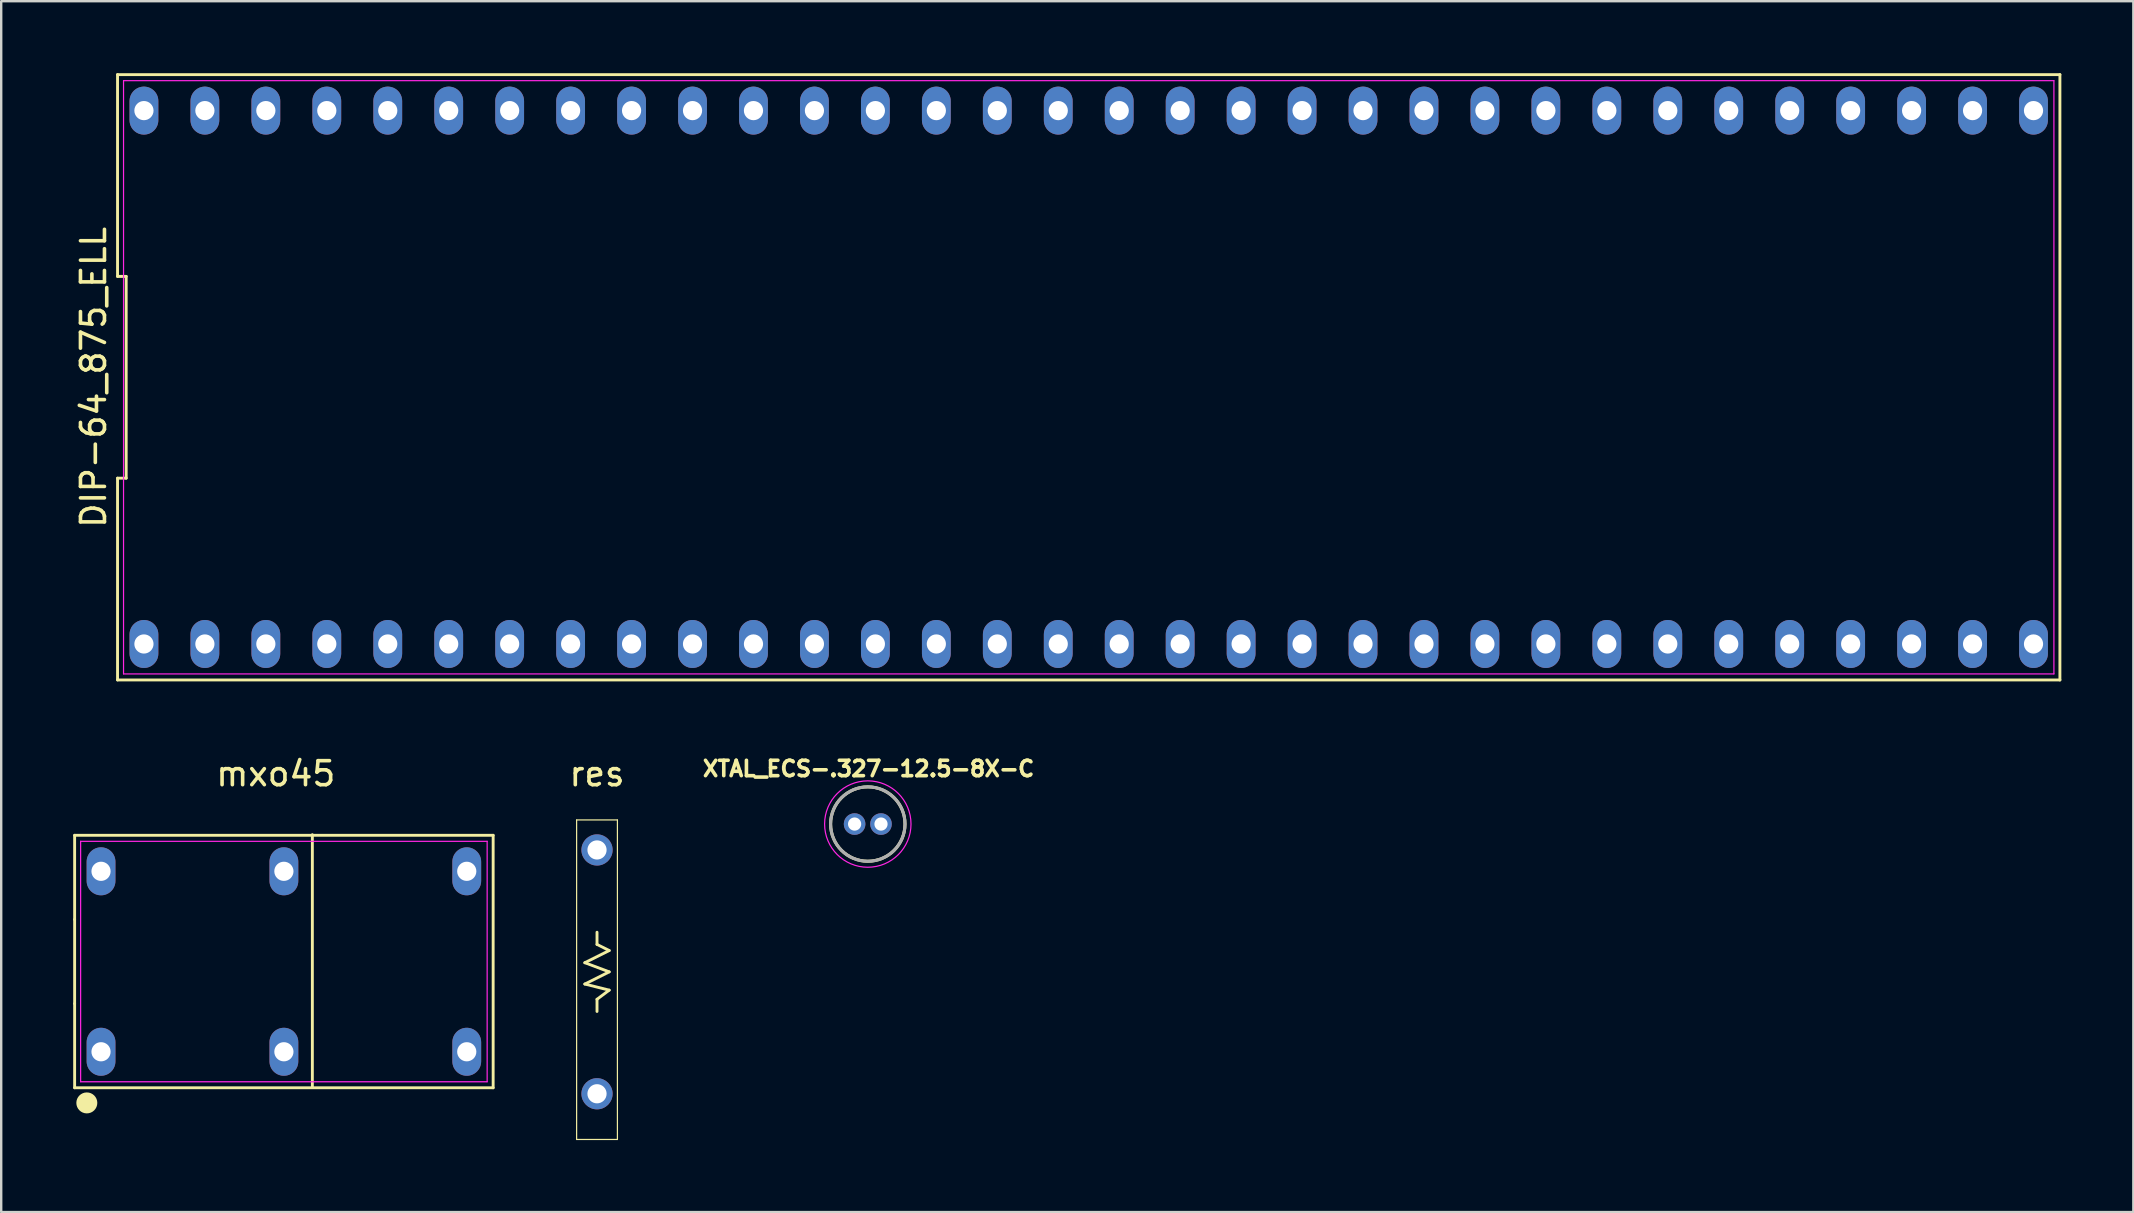
<source format=kicad_pcb>
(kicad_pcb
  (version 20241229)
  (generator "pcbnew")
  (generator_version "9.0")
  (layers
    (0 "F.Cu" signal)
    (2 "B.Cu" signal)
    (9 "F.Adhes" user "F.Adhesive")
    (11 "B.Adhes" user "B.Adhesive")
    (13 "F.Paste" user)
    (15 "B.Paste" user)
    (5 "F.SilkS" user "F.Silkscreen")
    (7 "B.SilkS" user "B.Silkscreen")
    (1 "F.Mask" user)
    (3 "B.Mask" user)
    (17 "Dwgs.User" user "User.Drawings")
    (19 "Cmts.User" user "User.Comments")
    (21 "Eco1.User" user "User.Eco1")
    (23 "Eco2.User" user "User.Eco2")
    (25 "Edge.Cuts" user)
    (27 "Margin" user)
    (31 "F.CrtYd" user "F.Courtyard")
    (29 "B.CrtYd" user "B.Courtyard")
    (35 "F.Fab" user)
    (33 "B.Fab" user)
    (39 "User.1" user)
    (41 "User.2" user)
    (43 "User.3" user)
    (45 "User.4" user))
  (footprint "res"
    (layer "F.Cu")
    (at 21.828 29.193)
    (property "Reference" "res" (at 0 0 0) (unlocked yes) (layer "F.SilkS") (effects (font (size 1 1) (thickness 0.15))))
    (attr through_hole)
    (fp_line (start -0.85 1.925) (end 0.85 1.925) (stroke (width 0.05) (type solid)) (layer "F.SilkS"))
    (fp_line (start -0.85 15.24) (end -0.85 1.925) (stroke (width 0.05) (type solid)) (layer "F.SilkS"))
    (fp_line (start -0.508 8.763) (end 0.508 8.255) (stroke (width 0.12) (type solid)) (layer "F.SilkS"))
    (fp_line (start 0 6.604) (end 0 7.112) (stroke (width 0.12) (type solid)) (layer "F.SilkS"))
    (fp_line (start 0 7.112) (end 0.508 7.366) (stroke (width 0.12) (type solid)) (layer "F.SilkS"))
    (fp_line (start 0 9.398) (end 0.508 9.017) (stroke (width 0.12) (type solid)) (layer "F.SilkS"))
    (fp_line (start 0 9.906) (end 0 9.398) (stroke (width 0.12) (type solid)) (layer "F.SilkS"))
    (fp_line (start 0.508 7.366) (end -0.508 7.874) (stroke (width 0.12) (type solid)) (layer "F.SilkS"))
    (fp_line (start 0.508 8.255) (end -0.508 7.874) (stroke (width 0.12) (type solid)) (layer "F.SilkS"))
    (fp_line (start 0.508 9.017) (end -0.508 8.763) (stroke (width 0.12) (type solid)) (layer "F.SilkS"))
    (fp_line (start 0.85 1.925) (end 0.85 15.24) (stroke (width 0.05) (type solid)) (layer "F.SilkS"))
    (fp_line (start 0.85 15.24) (end -0.85 15.24) (stroke (width 0.05) (type solid)) (layer "F.SilkS"))
    (pad "1" thru_hole circle (at 0 13.335) (size 1.3 1.3) (drill 0.8) (layers "*.Cu" "*.Mask"))
    (pad "2" thru_hole circle (at 0 3.175) (size 1.3 1.3) (drill 0.8) (layers "*.Cu" "*.Mask")))
  (footprint "mxo45"
    (layer "F.Cu")
    (at 8.188 29.447)
    (property "Reference" "mxo45" (at 0.254 -0.254 0) (unlocked yes) (layer "F.SilkS") (effects (font (size 1 1) (thickness 0.15))))
    (attr through_hole)
    (fp_line (start -8.128 2.311) (end -8.128 5.817) (stroke (width 0.12) (type solid)) (layer "F.SilkS"))
    (fp_line (start -8.128 5.817) (end -8.128 9.324) (stroke (width 0.12) (type solid)) (layer "F.SilkS"))
    (fp_line (start -8.128 9.324) (end -8.128 12.831) (stroke (width 0.12) (type solid)) (layer "F.SilkS"))
    (fp_line (start -8.128 12.831) (end 9.312 12.831) (stroke (width 0.12) (type solid)) (layer "F.SilkS"))
    (fp_line (start 1.778 12.806) (end 1.778 2.286) (stroke (width 0.12) (type solid)) (layer "F.SilkS"))
    (fp_line (start 9.312 2.311) (end -8.128 2.311) (stroke (width 0.12) (type solid)) (layer "F.SilkS"))
    (fp_line (start 9.312 12.831) (end 9.312 2.311) (stroke (width 0.12) (type solid)) (layer "F.SilkS"))
    (fp_circle (center -7.62 13.462) (end -7.243 13.462) (stroke (width 0.12) (type solid)) (fill yes) (layer "F.SilkS"))
    (fp_line (start -7.878 2.561) (end 9.062 2.561) (stroke (width 0.05) (type solid)) (layer "F.CrtYd"))
    (fp_line (start -7.878 12.581) (end -7.878 2.561) (stroke (width 0.05) (type solid)) (layer "F.CrtYd"))
    (fp_line (start 9.062 2.561) (end 9.062 12.581) (stroke (width 0.05) (type solid)) (layer "F.CrtYd"))
    (fp_line (start 9.062 12.581) (end -7.878 12.581) (stroke (width 0.05) (type solid)) (layer "F.CrtYd"))
    (pad "1" thru_hole oval (at -7.028 11.331) (size 1.2 2) (drill 0.8) (layers "*.Cu" "*.Mask"))
    (pad "4" thru_hole oval (at 0.592 11.331) (size 1.2 2) (drill 0.8) (layers "*.Cu" "*.Mask"))
    (pad "7" thru_hole oval (at 8.212 11.331) (size 1.2 2) (drill 0.8) (layers "*.Cu" "*.Mask"))
    (pad "8" thru_hole oval (at 8.212 3.811) (size 1.2 2) (drill 0.8) (layers "*.Cu" "*.Mask"))
    (pad "11" thru_hole oval (at 0.592 3.811) (size 1.2 2) (drill 0.8) (layers "*.Cu" "*.Mask"))
    (pad "14" thru_hole oval (at -7.028 3.811) (size 1.2 2) (drill 0.8) (layers "*.Cu" "*.Mask")))
  (footprint "XTAL_ECS-.327-12.5-8X-C"
    (layer "F.Cu")
    (at 33.112 31.289)
    (property "Reference" "XTAL_ECS-.327-12.5-8X-C" (at 0.032 -2.306 0) (layer "F.SilkS") (effects (font (size 0.64 0.64) (thickness 0.15))))
    (attr through_hole)
    (fp_circle (center 0 0) (end 1.55 0) (stroke (width 0.127) (type solid)) (fill no) (layer "F.SilkS"))
    (fp_circle (center 0 0) (end 1.8 0) (stroke (width 0.05) (type solid)) (fill no) (layer "F.CrtYd"))
    (fp_circle (center 0 0) (end 1.55 0) (stroke (width 0.127) (type solid)) (fill no) (layer "F.Fab"))
    (pad "1" thru_hole circle (at -0.55 0) (size 0.9 0.9) (drill 0.55) (layers "*.Cu" "*.Mask"))
    (pad "2" thru_hole circle (at 0.55 0) (size 0.9 0.9) (drill 0.55) (layers "*.Cu" "*.Mask")))
  (footprint "DIP-64_875_ELL"
    (layer "F.Cu")
    (at 42.318 12.672)
    (property "Reference" "DIP-64_875_ELL" (at -41.47 0 90) (layer "F.SilkS") (effects (font (size 1 1) (thickness 0.15))))
    (fp_line (start -40.47 -12.613) (end -40.47 -4.204) (stroke (width 0.12) (type solid)) (layer "F.SilkS"))
    (fp_line (start -40.47 -4.204) (end -40.11 -4.204) (stroke (width 0.12) (type solid)) (layer "F.SilkS"))
    (fp_line (start -40.47 4.204) (end -40.47 12.612) (stroke (width 0.12) (type solid)) (layer "F.SilkS"))
    (fp_line (start -40.47 12.612) (end 40.47 12.613) (stroke (width 0.12) (type solid)) (layer "F.SilkS"))
    (fp_line (start -40.11 -4.204) (end -40.11 4.204) (stroke (width 0.12) (type solid)) (layer "F.SilkS"))
    (fp_line (start -40.11 4.204) (end -40.47 4.204) (stroke (width 0.12) (type solid)) (layer "F.SilkS"))
    (fp_line (start 40.47 -12.612) (end -40.47 -12.613) (stroke (width 0.12) (type solid)) (layer "F.SilkS"))
    (fp_line (start 40.47 12.613) (end 40.47 -12.612) (stroke (width 0.12) (type solid)) (layer "F.SilkS"))
    (fp_line (start -40.22 -12.36) (end 40.22 -12.36) (stroke (width 0.05) (type solid)) (layer "F.CrtYd"))
    (fp_line (start -40.22 12.36) (end -40.22 -12.36) (stroke (width 0.05) (type solid)) (layer "F.CrtYd"))
    (fp_line (start 40.22 -12.36) (end 40.22 12.36) (stroke (width 0.05) (type solid)) (layer "F.CrtYd"))
    (fp_line (start 40.22 12.36) (end -40.22 12.36) (stroke (width 0.05) (type solid)) (layer "F.CrtYd"))
    (pad "1" thru_hole oval (at -39.37 11.113) (size 1.2 2) (drill 0.8) (layers "*.Cu" "*.Mask"))
    (pad "2" thru_hole oval (at -36.83 11.113) (size 1.2 2) (drill 0.8) (layers "*.Cu" "*.Mask"))
    (pad "3" thru_hole oval (at -34.29 11.113) (size 1.2 2) (drill 0.8) (layers "*.Cu" "*.Mask"))
    (pad "4" thru_hole oval (at -31.75 11.113) (size 1.2 2) (drill 0.8) (layers "*.Cu" "*.Mask"))
    (pad "5" thru_hole oval (at -29.21 11.113) (size 1.2 2) (drill 0.8) (layers "*.Cu" "*.Mask"))
    (pad "6" thru_hole oval (at -26.67 11.113) (size 1.2 2) (drill 0.8) (layers "*.Cu" "*.Mask"))
    (pad "7" thru_hole oval (at -24.13 11.113) (size 1.2 2) (drill 0.8) (layers "*.Cu" "*.Mask"))
    (pad "8" thru_hole oval (at -21.59 11.113) (size 1.2 2) (drill 0.8) (layers "*.Cu" "*.Mask"))
    (pad "9" thru_hole oval (at -19.05 11.113) (size 1.2 2) (drill 0.8) (layers "*.Cu" "*.Mask"))
    (pad "10" thru_hole oval (at -16.51 11.113) (size 1.2 2) (drill 0.8) (layers "*.Cu" "*.Mask"))
    (pad "11" thru_hole oval (at -13.97 11.113) (size 1.2 2) (drill 0.8) (layers "*.Cu" "*.Mask"))
    (pad "12" thru_hole oval (at -11.43 11.113) (size 1.2 2) (drill 0.8) (layers "*.Cu" "*.Mask"))
    (pad "13" thru_hole oval (at -8.89 11.113) (size 1.2 2) (drill 0.8) (layers "*.Cu" "*.Mask"))
    (pad "14" thru_hole oval (at -6.35 11.113) (size 1.2 2) (drill 0.8) (layers "*.Cu" "*.Mask"))
    (pad "15" thru_hole oval (at -3.81 11.113) (size 1.2 2) (drill 0.8) (layers "*.Cu" "*.Mask"))
    (pad "16" thru_hole oval (at -1.27 11.113) (size 1.2 2) (drill 0.8) (layers "*.Cu" "*.Mask"))
    (pad "17" thru_hole oval (at 1.27 11.113) (size 1.2 2) (drill 0.8) (layers "*.Cu" "*.Mask"))
    (pad "18" thru_hole oval (at 3.81 11.113) (size 1.2 2) (drill 0.8) (layers "*.Cu" "*.Mask"))
    (pad "19" thru_hole oval (at 6.35 11.113) (size 1.2 2) (drill 0.8) (layers "*.Cu" "*.Mask"))
    (pad "20" thru_hole oval (at 8.89 11.113) (size 1.2 2) (drill 0.8) (layers "*.Cu" "*.Mask"))
    (pad "21" thru_hole oval (at 11.43 11.113) (size 1.2 2) (drill 0.8) (layers "*.Cu" "*.Mask"))
    (pad "22" thru_hole oval (at 13.97 11.113) (size 1.2 2) (drill 0.8) (layers "*.Cu" "*.Mask"))
    (pad "23" thru_hole oval (at 16.51 11.113) (size 1.2 2) (drill 0.8) (layers "*.Cu" "*.Mask"))
    (pad "24" thru_hole oval (at 19.05 11.113) (size 1.2 2) (drill 0.8) (layers "*.Cu" "*.Mask"))
    (pad "25" thru_hole oval (at 21.59 11.113) (size 1.2 2) (drill 0.8) (layers "*.Cu" "*.Mask"))
    (pad "26" thru_hole oval (at 24.13 11.113) (size 1.2 2) (drill 0.8) (layers "*.Cu" "*.Mask"))
    (pad "27" thru_hole oval (at 26.67 11.113) (size 1.2 2) (drill 0.8) (layers "*.Cu" "*.Mask"))
    (pad "28" thru_hole oval (at 29.21 11.113) (size 1.2 2) (drill 0.8) (layers "*.Cu" "*.Mask"))
    (pad "29" thru_hole oval (at 31.75 11.113) (size 1.2 2) (drill 0.8) (layers "*.Cu" "*.Mask"))
    (pad "30" thru_hole oval (at 34.29 11.113) (size 1.2 2) (drill 0.8) (layers "*.Cu" "*.Mask"))
    (pad "31" thru_hole oval (at 36.83 11.113) (size 1.2 2) (drill 0.8) (layers "*.Cu" "*.Mask"))
    (pad "32" thru_hole oval (at 39.37 11.113) (size 1.2 2) (drill 0.8) (layers "*.Cu" "*.Mask"))
    (pad "33" thru_hole oval (at 39.37 -11.113) (size 1.2 2) (drill 0.8) (layers "*.Cu" "*.Mask"))
    (pad "34" thru_hole oval (at 36.83 -11.113) (size 1.2 2) (drill 0.8) (layers "*.Cu" "*.Mask"))
    (pad "35" thru_hole oval (at 34.29 -11.113) (size 1.2 2) (drill 0.8) (layers "*.Cu" "*.Mask"))
    (pad "36" thru_hole oval (at 31.75 -11.113) (size 1.2 2) (drill 0.8) (layers "*.Cu" "*.Mask"))
    (pad "37" thru_hole oval (at 29.21 -11.113) (size 1.2 2) (drill 0.8) (layers "*.Cu" "*.Mask"))
    (pad "38" thru_hole oval (at 26.67 -11.113) (size 1.2 2) (drill 0.8) (layers "*.Cu" "*.Mask"))
    (pad "39" thru_hole oval (at 24.13 -11.113) (size 1.2 2) (drill 0.8) (layers "*.Cu" "*.Mask"))
    (pad "40" thru_hole oval (at 21.59 -11.113) (size 1.2 2) (drill 0.8) (layers "*.Cu" "*.Mask"))
    (pad "41" thru_hole oval (at 19.05 -11.113) (size 1.2 2) (drill 0.8) (layers "*.Cu" "*.Mask"))
    (pad "42" thru_hole oval (at 16.51 -11.113) (size 1.2 2) (drill 0.8) (layers "*.Cu" "*.Mask"))
    (pad "43" thru_hole oval (at 13.97 -11.113) (size 1.2 2) (drill 0.8) (layers "*.Cu" "*.Mask"))
    (pad "44" thru_hole oval (at 11.43 -11.113) (size 1.2 2) (drill 0.8) (layers "*.Cu" "*.Mask"))
    (pad "45" thru_hole oval (at 8.89 -11.113) (size 1.2 2) (drill 0.8) (layers "*.Cu" "*.Mask"))
    (pad "46" thru_hole oval (at 6.35 -11.113) (size 1.2 2) (drill 0.8) (layers "*.Cu" "*.Mask"))
    (pad "47" thru_hole oval (at 3.81 -11.113) (size 1.2 2) (drill 0.8) (layers "*.Cu" "*.Mask"))
    (pad "48" thru_hole oval (at 1.27 -11.113) (size 1.2 2) (drill 0.8) (layers "*.Cu" "*.Mask"))
    (pad "49" thru_hole oval (at -1.27 -11.113) (size 1.2 2) (drill 0.8) (layers "*.Cu" "*.Mask"))
    (pad "50" thru_hole oval (at -3.81 -11.113) (size 1.2 2) (drill 0.8) (layers "*.Cu" "*.Mask"))
    (pad "51" thru_hole oval (at -6.35 -11.113) (size 1.2 2) (drill 0.8) (layers "*.Cu" "*.Mask"))
    (pad "52" thru_hole oval (at -8.89 -11.113) (size 1.2 2) (drill 0.8) (layers "*.Cu" "*.Mask"))
    (pad "53" thru_hole oval (at -11.43 -11.113) (size 1.2 2) (drill 0.8) (layers "*.Cu" "*.Mask"))
    (pad "54" thru_hole oval (at -13.97 -11.113) (size 1.2 2) (drill 0.8) (layers "*.Cu" "*.Mask"))
    (pad "55" thru_hole oval (at -16.51 -11.113) (size 1.2 2) (drill 0.8) (layers "*.Cu" "*.Mask"))
    (pad "56" thru_hole oval (at -19.05 -11.113) (size 1.2 2) (drill 0.8) (layers "*.Cu" "*.Mask"))
    (pad "57" thru_hole oval (at -21.59 -11.113) (size 1.2 2) (drill 0.8) (layers "*.Cu" "*.Mask"))
    (pad "58" thru_hole oval (at -24.13 -11.113) (size 1.2 2) (drill 0.8) (layers "*.Cu" "*.Mask"))
    (pad "59" thru_hole oval (at -26.67 -11.113) (size 1.2 2) (drill 0.8) (layers "*.Cu" "*.Mask"))
    (pad "60" thru_hole oval (at -29.21 -11.113) (size 1.2 2) (drill 0.8) (layers "*.Cu" "*.Mask"))
    (pad "61" thru_hole oval (at -31.75 -11.113) (size 1.2 2) (drill 0.8) (layers "*.Cu" "*.Mask"))
    (pad "62" thru_hole oval (at -34.29 -11.113) (size 1.2 2) (drill 0.8) (layers "*.Cu" "*.Mask"))
    (pad "63" thru_hole oval (at -36.83 -11.113) (size 1.2 2) (drill 0.8) (layers "*.Cu" "*.Mask"))
    (pad "64" thru_hole oval (at -39.37 -11.113) (size 1.2 2) (drill 0.8) (layers "*.Cu" "*.Mask")))
  (gr_rect
    (start -3 -3)
    (end 85.848 47.458)
    (stroke (width 0.1) (type default))
    (fill no)
    (layer "Edge.Cuts")))
</source>
